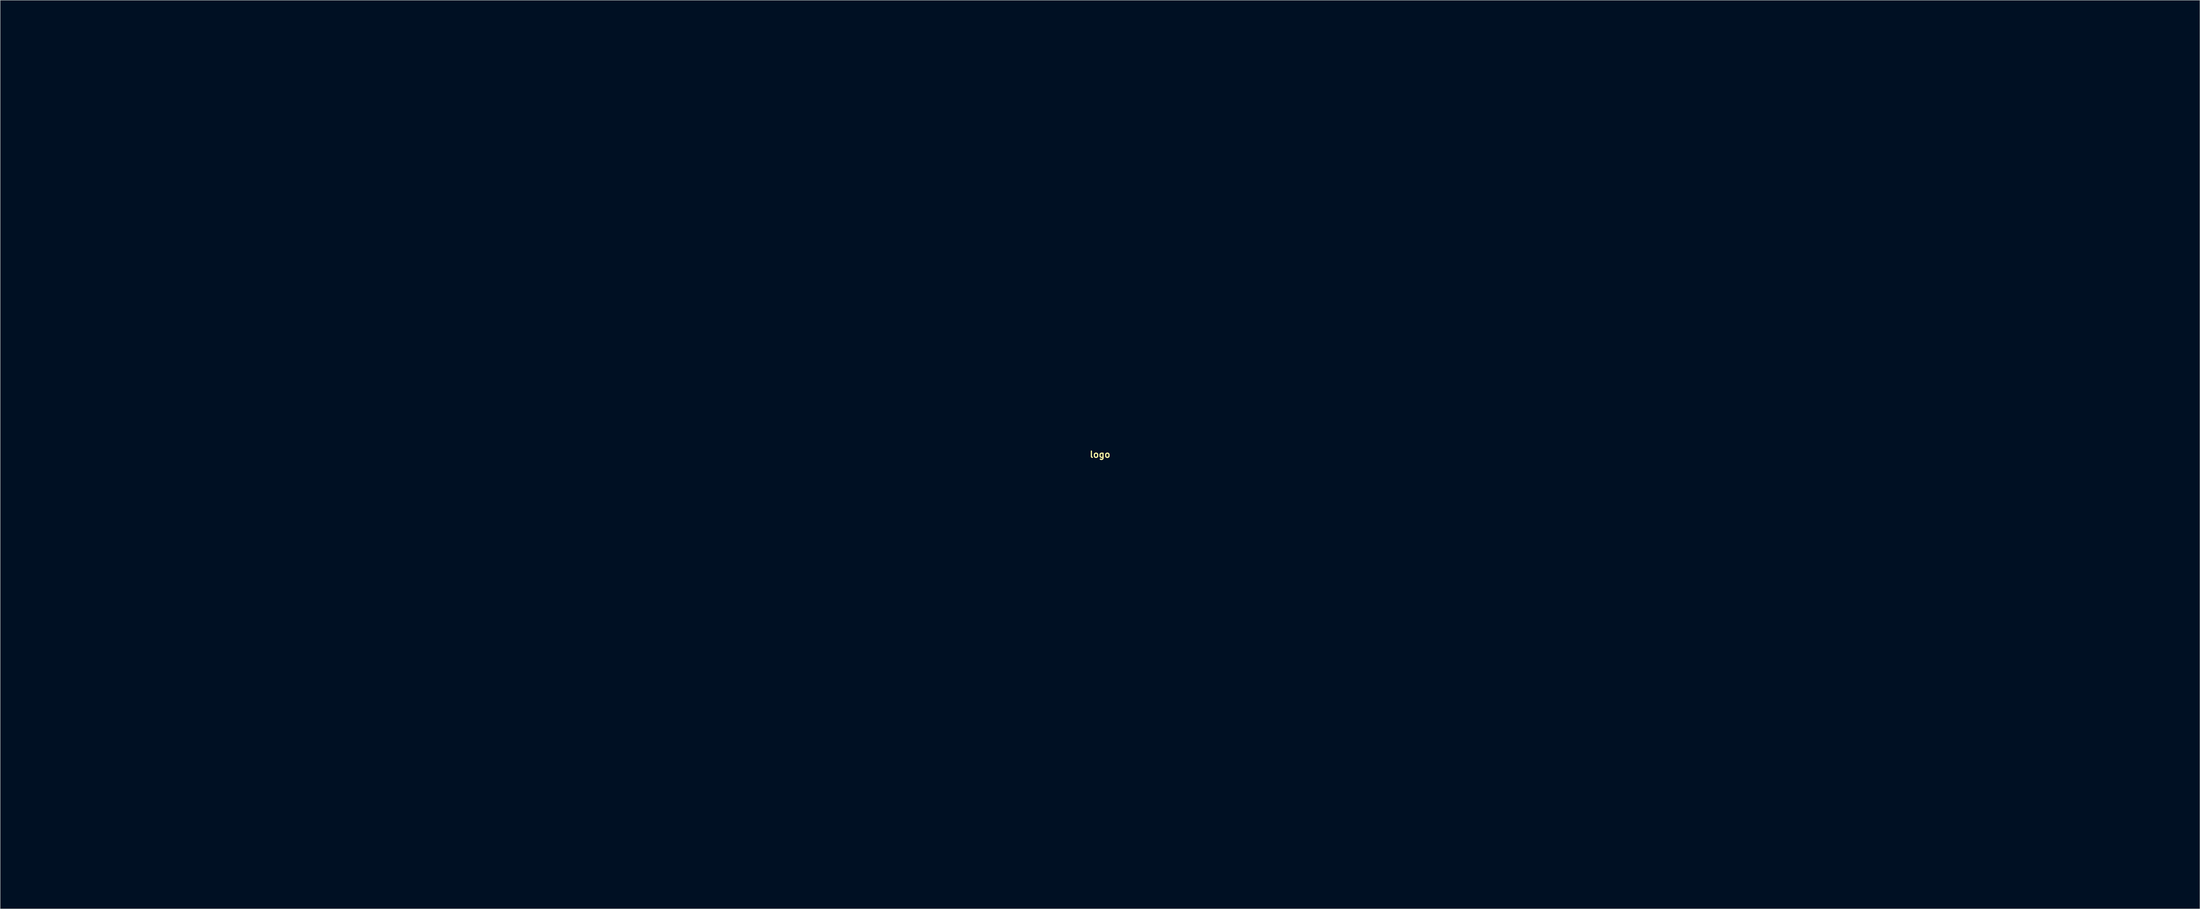
<source format=kicad_pcb>
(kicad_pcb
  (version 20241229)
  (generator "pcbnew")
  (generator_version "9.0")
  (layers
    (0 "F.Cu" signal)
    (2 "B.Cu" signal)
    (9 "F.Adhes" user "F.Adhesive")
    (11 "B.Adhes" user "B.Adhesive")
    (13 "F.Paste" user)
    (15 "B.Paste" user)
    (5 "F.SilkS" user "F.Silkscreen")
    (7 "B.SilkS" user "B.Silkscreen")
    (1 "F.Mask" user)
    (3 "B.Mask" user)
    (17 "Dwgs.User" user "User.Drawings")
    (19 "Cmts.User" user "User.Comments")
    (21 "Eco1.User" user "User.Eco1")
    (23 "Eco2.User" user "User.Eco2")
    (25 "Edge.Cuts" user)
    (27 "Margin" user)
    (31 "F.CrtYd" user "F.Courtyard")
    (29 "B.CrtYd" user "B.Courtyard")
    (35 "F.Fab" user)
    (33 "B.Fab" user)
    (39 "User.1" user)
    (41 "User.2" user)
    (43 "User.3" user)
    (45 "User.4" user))
  (footprint "logo"
    (layer "F.Cu")
    (at 264.588 107.602)
    (property "Reference" "logo" (at 0 0 0) (layer "F.SilkS") (effects (font (size 1.524 1.524) (thickness 0.3))))
    (attr through_hole)
    (fp_poly (pts (xy -54.909 37.119) (xy -54.019 37.262) (xy -53.24 37.566) (xy -52.933 38.141) (xy -53.076 39.1) (xy -53.433 40.064) (xy -54.27 41.226) (xy -55.53 41.987) (xy -57.01 42.28) (xy -58.511 42.036) (xy -58.833 41.899) (xy -59.543 41.28) (xy -59.842 40.689) (xy -59.903 39.31) (xy -59.373 38.224) (xy -58.319 37.471) (xy -56.808 37.089) (xy -54.909 37.119)) (stroke (width 0.01) (type solid)) (fill no) (layer "Eco2.User"))
    (fp_poly (pts (xy 3.685 37.094) (xy 4.766 37.341) (xy 5.471 37.757) (xy 5.644 38.155) (xy 5.353 39.647) (xy 4.577 40.88) (xy 3.459 41.772) (xy 2.145 42.242) (xy 0.778 42.209) (xy -0.482 41.602) (xy -1.259 40.618) (xy -1.426 39.501) (xy -1.005 38.429) (xy -0.019 37.581) (xy 0.025 37.558) (xy 1.131 37.183) (xy 2.412 37.035) (xy 3.685 37.094)) (stroke (width 0.01) (type solid)) (fill no) (layer "Eco2.User"))
    (fp_poly (pts (xy -35.991 30.607) (xy -34.757 31.243) (xy -33.823 32.445) (xy -33.229 34.162) (xy -33.013 36.341) (xy -33.013 36.513) (xy -33.192 38.665) (xy -33.716 40.252) (xy -34.615 41.34) (xy -35.466 41.832) (xy -36.414 42.2) (xy -37.028 42.289) (xy -37.622 42.107) (xy -38.066 41.887) (xy -39.227 40.912) (xy -40.062 39.423) (xy -40.53 37.548) (xy -40.594 35.416) (xy -40.421 34.066) (xy -39.921 32.713) (xy -39.055 31.541) (xy -38 30.761) (xy -37.487 30.589) (xy -35.991 30.607)) (stroke (width 0.01) (type solid)) (fill no) (layer "Eco2.User"))
    (fp_poly (pts (xy -15.885 30.607) (xy -14.655 31.244) (xy -13.727 32.452) (xy -13.134 34.182) (xy -12.916 36.387) (xy -12.915 36.513) (xy -13.082 38.66) (xy -13.598 40.244) (xy -14.495 41.333) (xy -15.358 41.832) (xy -16.305 42.2) (xy -16.919 42.289) (xy -17.513 42.107) (xy -17.958 41.887) (xy -19.119 40.912) (xy -19.953 39.423) (xy -20.422 37.548) (xy -20.485 35.416) (xy -20.312 34.066) (xy -19.812 32.713) (xy -18.946 31.541) (xy -17.892 30.761) (xy -17.378 30.589) (xy -15.885 30.607)) (stroke (width 0.01) (type solid)) (fill no) (layer "Eco2.User"))
    (fp_poly (pts (xy 35.755 30.941) (xy 36.037 31.073) (xy 36.88 31.886) (xy 37.524 33.212) (xy 37.932 34.878) (xy 38.068 36.713) (xy 37.896 38.542) (xy 37.746 39.185) (xy 37.074 40.573) (xy 36.022 41.596) (xy 34.751 42.156) (xy 33.422 42.158) (xy 32.985 42.013) (xy 31.868 41.177) (xy 31.044 39.854) (xy 30.53 38.205) (xy 30.34 36.392) (xy 30.492 34.576) (xy 31.001 32.921) (xy 31.883 31.586) (xy 31.939 31.529) (xy 33.029 30.886) (xy 34.4 30.679) (xy 35.755 30.941)) (stroke (width 0.01) (type solid)) (fill no) (layer "Eco2.User"))
    (fp_poly (pts (xy -110.584 30.758) (xy -109.369 31.485) (xy -108.51 32.632) (xy -108.049 33.792) (xy -107.831 35.159) (xy -107.796 36.513) (xy -107.987 38.687) (xy -108.533 40.301) (xy -109.462 41.418) (xy -110.055 41.798) (xy -111.105 42.239) (xy -111.945 42.253) (xy -112.855 41.887) (xy -113.91 41.172) (xy -114.61 40.223) (xy -115.012 38.905) (xy -115.172 37.082) (xy -115.182 36.336) (xy -115.155 34.73) (xy -115.05 33.641) (xy -114.836 32.883) (xy -114.478 32.271) (xy -114.449 32.232) (xy -113.264 31.121) (xy -111.929 30.633) (xy -110.584 30.758)) (stroke (width 0.01) (type solid)) (fill no) (layer "Eco2.User"))
    (fp_poly (pts (xy 24.989 -8.922) (xy 26.676 -8.881) (xy 27.902 -8.806) (xy 28.132 -8.779) (xy 30.383 -8.227) (xy 32.506 -7.255) (xy 34.287 -5.978) (xy 35.18 -5.012) (xy 36.096 -3.558) (xy 36.684 -1.987) (xy 36.994 -0.108) (xy 37.079 2.169) (xy 36.809 4.965) (xy 36.013 7.292) (xy 34.692 9.148) (xy 32.847 10.533) (xy 31.486 11.138) (xy 30.013 11.458) (xy 28.128 11.578) (xy 26.094 11.503) (xy 24.174 11.235) (xy 23.336 11.029) (xy 21.135 10.023) (xy 19.244 8.428) (xy 17.742 6.322) (xy 17.029 4.763) (xy 16.664 3.715) (xy 16.401 2.729) (xy 16.219 1.645) (xy 16.095 0.3) (xy 16.009 -1.465) (xy 15.954 -3.218) (xy 15.803 -8.728) (xy 21.002 -8.885) (xy 23.034 -8.924) (xy 24.989 -8.922)) (stroke (width 0.01) (type solid)) (fill no) (layer "Eco2.User"))
    (fp_poly (pts (xy 25.452 -28.362) (xy 27.643 -27.753) (xy 29.278 -26.728) (xy 30.373 -25.275) (xy 30.941 -23.381) (xy 31.037 -21.937) (xy 30.79 -19.863) (xy 30.046 -18.222) (xy 28.772 -16.978) (xy 26.93 -16.101) (xy 24.487 -15.555) (xy 24.247 -15.523) (xy 22.683 -15.36) (xy 20.991 -15.25) (xy 19.332 -15.194) (xy 17.866 -15.194) (xy 16.752 -15.254) (xy 16.152 -15.376) (xy 16.11 -15.405) (xy 16.028 -15.822) (xy 15.959 -16.817) (xy 15.907 -18.26) (xy 15.879 -20.023) (xy 15.875 -20.988) (xy 15.88 -23.046) (xy 15.907 -24.518) (xy 15.971 -25.525) (xy 16.087 -26.187) (xy 16.271 -26.623) (xy 16.539 -26.954) (xy 16.669 -27.079) (xy 17.572 -27.764) (xy 18.645 -28.214) (xy 20.046 -28.467) (xy 21.934 -28.563) (xy 22.689 -28.567) (xy 25.452 -28.362)) (stroke (width 0.01) (type solid)) (fill no) (layer "Eco2.User"))
    (fp_poly (pts (xy -189.318 -23.803) (xy -188.832 -22.8) (xy -188.166 -21.196) (xy -187.856 -20.408) (xy -187.062 -18.385) (xy -186.113 -15.992) (xy -185.122 -13.512) (xy -184.2 -11.228) (xy -184.097 -10.974) (xy -183.384 -9.191) (xy -182.778 -7.618) (xy -182.325 -6.38) (xy -182.071 -5.602) (xy -182.033 -5.417) (xy -182.154 -5.255) (xy -182.566 -5.132) (xy -183.349 -5.044) (xy -184.579 -4.986) (xy -186.334 -4.953) (xy -188.691 -4.94) (xy -189.618 -4.939) (xy -192.085 -4.954) (xy -194.151 -4.996) (xy -195.74 -5.063) (xy -196.781 -5.152) (xy -197.198 -5.258) (xy -197.203 -5.271) (xy -197.08 -5.671) (xy -196.736 -6.625) (xy -196.213 -8.029) (xy -195.549 -9.781) (xy -194.785 -11.778) (xy -193.96 -13.917) (xy -193.114 -16.095) (xy -192.287 -18.211) (xy -191.519 -20.16) (xy -190.85 -21.841) (xy -190.319 -23.15) (xy -189.967 -23.986) (xy -189.858 -24.216) (xy -189.651 -24.258) (xy -189.318 -23.803)) (stroke (width 0.01) (type solid)) (fill no) (layer "Eco2.User"))
    (fp_poly (pts (xy -131.994 -28.355) (xy -128.97 -27.563) (xy -126.24 -26.159) (xy -123.838 -24.174) (xy -121.801 -21.637) (xy -120.165 -18.577) (xy -119.004 -15.169) (xy -118.674 -13.362) (xy -118.468 -11.079) (xy -118.385 -8.54) (xy -118.426 -5.965) (xy -118.591 -3.573) (xy -118.88 -1.583) (xy -119.001 -1.058) (xy -120.183 2.379) (xy -121.796 5.386) (xy -123.784 7.926) (xy -126.092 9.959) (xy -128.665 11.448) (xy -131.449 12.353) (xy -134.388 12.637) (xy -137.427 12.261) (xy -137.899 12.142) (xy -140.925 10.974) (xy -143.596 9.204) (xy -145.89 6.85) (xy -147.782 3.933) (xy -147.964 3.581) (xy -148.99 1.275) (xy -149.702 -1.016) (xy -150.138 -3.49) (xy -150.341 -6.343) (xy -150.367 -8.114) (xy -150.171 -12.179) (xy -149.566 -15.724) (xy -148.528 -18.821) (xy -147.033 -21.542) (xy -145.055 -23.96) (xy -144.93 -24.087) (xy -142.48 -26.152) (xy -139.845 -27.556) (xy -136.947 -28.335) (xy -135.274 -28.507) (xy -131.994 -28.355)) (stroke (width 0.01) (type solid)) (fill no) (layer "Eco2.User"))
    (fp_poly (pts (xy 264.583 107.597) (xy -264.583 107.597) (xy -264.583 85.196) (xy 74.789 85.196) (xy 74.887 86.215) (xy 75.129 86.954) (xy 75.212 87.066) (xy 75.851 87.342) (xy 76.879 87.477) (xy 77.992 87.451) (xy 78.817 87.275) (xy 79.16 86.813) (xy 79.35 85.923) (xy 79.379 84.865) (xy 79.237 83.901) (xy 79.1 83.626) (xy 134.777 83.626) (xy 134.793 85.12) (xy 134.87 86.479) (xy 135.008 87.495) (xy 135.126 87.865) (xy 135.365 88.176) (xy 135.772 88.376) (xy 136.488 88.488) (xy 137.65 88.538) (xy 139.113 88.547) (xy 141.068 88.503) (xy 142.417 88.372) (xy 143.115 88.159) (xy 143.157 88.124) (xy 143.382 87.52) (xy 143.525 86.275) (xy 143.58 84.452) (xy 143.581 84.269) (xy 143.557 82.389) (xy 143.528 82.132) (xy 151.366 82.132) (xy 151.376 84.407) (xy 151.419 86.198) (xy 151.503 87.562) (xy 151.64 88.554) (xy 151.839 89.229) (xy 152.112 89.642) (xy 152.466 89.851) (xy 152.914 89.909) (xy 153.465 89.872) (xy 154.129 89.797) (xy 154.693 89.749) (xy 156.074 89.665) (xy 157.827 89.558) (xy 159.618 89.447) (xy 159.985 89.424) (xy 164.711 88.944) (xy 169.875 88.056) (xy 175.539 86.752) (xy 175.556 86.748) (xy 183.286 84.413) (xy 190.741 81.447) (xy 197.888 77.879) (xy 204.694 73.741) (xy 211.125 69.064) (xy 217.15 63.879) (xy 222.733 58.216) (xy 227.844 52.106) (xy 232.448 45.581) (xy 236.512 38.671) (xy 240.004 31.406) (xy 242.856 23.92) (xy 245.142 15.972) (xy 246.741 7.917) (xy 247.649 -0.208) (xy 247.865 -8.366) (xy 247.385 -16.516) (xy 246.208 -24.622) (xy 246.194 -24.694) (xy 245.779 -26.721) (xy 245.286 -28.875) (xy 244.746 -31.047) (xy 244.19 -33.128) (xy 243.648 -35.009) (xy 243.151 -36.582) (xy 242.731 -37.738) (xy 242.417 -38.369) (xy 242.309 -38.453) (xy 242.235 -38.114) (xy 242.167 -37.154) (xy 242.108 -35.658) (xy 242.06 -33.709) (xy 242.026 -31.392) (xy 242.008 -28.791) (xy 242.006 -27.403) (xy 242.001 -24.054) (xy 241.979 -21.325) (xy 241.927 -19.132) (xy 241.834 -17.387) (xy 241.687 -16.007) (xy 241.474 -14.906) (xy 241.183 -13.999) (xy 240.802 -13.2) (xy 240.318 -12.424) (xy 239.761 -11.642) (xy 238.783 -10.5) (xy 237.642 -9.43) (xy 237.146 -9.049) (xy 236.268 -8.461) (xy 235.456 -7.989) (xy 234.621 -7.621) (xy 233.67 -7.342) (xy 232.513 -7.138) (xy 231.058 -6.996) (xy 229.215 -6.9) (xy 226.892 -6.837) (xy 223.998 -6.793) (xy 222.385 -6.775) (xy 212.113 -6.664) (xy 211.872 -2.891) (xy 211.622 -0.132) (xy 211.227 2.77) (xy 210.718 5.675) (xy 210.126 8.442) (xy 209.48 10.931) (xy 208.811 13.001) (xy 208.148 14.511) (xy 208.128 14.547) (xy 207.839 15.24) (xy 207.786 15.535) (xy 207.621 16.089) (xy 207.168 17.127) (xy 206.495 18.523) (xy 205.666 20.151) (xy 204.748 21.882) (xy 203.808 23.591) (xy 202.91 25.152) (xy 202.121 26.437) (xy 202.05 26.546) (xy 198.229 31.76) (xy 193.896 36.505) (xy 189.087 40.753) (xy 183.841 44.478) (xy 178.193 47.652) (xy 172.182 50.247) (xy 167.393 51.817) (xy 165.403 52.302) (xy 162.896 52.784) (xy 160.06 53.235) (xy 157.081 53.623) (xy 154.517 53.886) (xy 151.518 54.151) (xy 151.427 71.852) (xy 151.401 75.91) (xy 151.378 79.318) (xy 151.366 82.132) (xy 143.528 82.132) (xy 143.412 81.106) (xy 143.032 80.31) (xy 142.308 79.893) (xy 141.125 79.749) (xy 139.374 79.77) (xy 138.925 79.785) (xy 137.174 79.874) (xy 136.02 80.013) (xy 135.354 80.219) (xy 135.106 80.433) (xy 134.933 81.074) (xy 134.824 82.208) (xy 134.777 83.626) (xy 79.1 83.626) (xy 78.952 83.326) (xy 78.348 83.056) (xy 77.374 82.911) (xy 77.082 82.903) (xy 76.063 83) (xy 75.323 83.243) (xy 75.212 83.326) (xy 74.943 83.929) (xy 74.797 84.904) (xy 74.789 85.196) (xy -264.583 85.196) (xy -264.583 70.881) (xy 55.737 70.881) (xy 55.78 73.251) (xy 55.939 75.085) (xy 56.285 76.452) (xy 56.89 77.418) (xy 57.825 78.051) (xy 59.163 78.417) (xy 60.975 78.584) (xy 63.331 78.619) (xy 66.305 78.589) (xy 67.109 78.58) (xy 75.127 78.493) (xy 76.104 77.515) (xy 77.082 76.537) (xy 77.082 72.496) (xy 82.197 72.496) (xy 82.226 74.407) (xy 82.387 75.724) (xy 82.788 76.557) (xy 83.539 77.016) (xy 84.75 77.213) (xy 86.531 77.258) (xy 86.912 77.258) (xy 88.87 77.218) (xy 90.215 77.09) (xy 91.033 76.864) (xy 91.214 76.758) (xy 91.525 76.452) (xy 91.726 75.986) (xy 91.84 75.218) (xy 91.889 74.004) (xy 91.899 72.58) (xy 91.885 70.649) (xy 91.77 69.315) (xy 91.446 68.466) (xy 90.805 67.993) (xy 89.738 67.785) (xy 88.136 67.735) (xy 87.113 67.733) (xy 85.166 67.759) (xy 83.816 67.906) (xy 82.953 68.28) (xy 82.469 68.987) (xy 82.253 70.132) (xy 82.199 71.822) (xy 82.197 72.496) (xy 77.082 72.496) (xy 77.082 59.87) (xy 101.996 59.87) (xy 102.01 62.574) (xy 102.02 63.676) (xy 102.054 66.768) (xy 102.09 69.233) (xy 102.133 71.152) (xy 102.19 72.605) (xy 102.264 73.672) (xy 102.361 74.431) (xy 102.487 74.963) (xy 102.646 75.348) (xy 102.797 75.598) (xy 103.16 76.111) (xy 103.532 76.527) (xy 103.988 76.857) (xy 104.601 77.109) (xy 105.444 77.296) (xy 106.593 77.427) (xy 108.121 77.512) (xy 110.103 77.561) (xy 112.611 77.586) (xy 115.72 77.595) (xy 117.198 77.597) (xy 129.092 77.611) (xy 130.331 76.524) (xy 131.218 75.517) (xy 131.845 74.392) (xy 131.928 74.143) (xy 132.032 73.403) (xy 132.118 72.073) (xy 132.186 70.265) (xy 132.236 68.094) (xy 132.268 65.674) (xy 132.28 63.425) (xy 138.342 63.425) (xy 138.533 64.422) (xy 139.051 64.976) (xy 140.014 65.214) (xy 141.516 65.264) (xy 142.809 65.245) (xy 143.575 65.15) (xy 143.992 64.922) (xy 144.239 64.501) (xy 144.295 64.359) (xy 144.56 63.204) (xy 144.623 61.869) (xy 144.492 60.645) (xy 144.19 59.846) (xy 143.83 59.525) (xy 143.23 59.355) (xy 142.222 59.309) (xy 141.103 59.338) (xy 138.465 59.443) (xy 138.36 61.856) (xy 138.342 63.425) (xy 132.28 63.425) (xy 132.281 63.119) (xy 132.277 60.543) (xy 132.254 58.06) (xy 132.213 55.783) (xy 132.154 53.827) (xy 132.076 52.305) (xy 131.98 51.333) (xy 131.939 51.133) (xy 131.161 49.59) (xy 129.847 48.397) (xy 128.125 47.67) (xy 128.058 47.654) (xy 127.166 47.536) (xy 125.698 47.441) (xy 123.773 47.368) (xy 121.514 47.317) (xy 119.04 47.29) (xy 116.472 47.284) (xy 113.93 47.301) (xy 111.536 47.34) (xy 109.41 47.401) (xy 107.673 47.485) (xy 106.444 47.59) (xy 105.989 47.667) (xy 104.44 48.366) (xy 103.15 49.523) (xy 102.304 50.951) (xy 102.126 51.586) (xy 102.075 52.221) (xy 102.037 53.463) (xy 102.01 55.217) (xy 101.996 57.385) (xy 101.996 59.87) (xy 77.082 59.87) (xy 77.082 59.206) (xy 76.127 58.384) (xy 75.17 57.808) (xy 73.807 57.443) (xy 72.872 57.316) (xy 71.484 57.217) (xy 69.708 57.166) (xy 67.678 57.157) (xy 65.528 57.186) (xy 63.392 57.25) (xy 61.403 57.344) (xy 59.696 57.463) (xy 58.403 57.605) (xy 57.658 57.764) (xy 57.595 57.793) (xy 57.023 58.167) (xy 56.582 58.639) (xy 56.253 59.3) (xy 56.022 60.237) (xy 55.871 61.541) (xy 55.785 63.3) (xy 55.746 65.603) (xy 55.739 67.91) (xy 55.737 70.881) (xy -264.583 70.881) (xy -264.583 31.651) (xy -120.255 31.651) (xy -120.226 34.246) (xy -120.147 36.316) (xy -120.023 37.79) (xy -119.945 38.274) (xy -119.143 40.63) (xy -117.859 42.58) (xy -116.188 44.075) (xy -114.228 45.066) (xy -112.074 45.506) (xy -109.824 45.344) (xy -107.575 44.533) (xy -107.556 44.523) (xy -105.657 43.172) (xy -104.261 41.439) (xy -103.366 39.436) (xy -102.968 37.272) (xy -103.066 35.059) (xy -103.656 32.907) (xy -104.735 30.926) (xy -106.302 29.227) (xy -107.956 28.118) (xy -108.295 27.958) (xy -100.894 27.958) (xy -100.763 28.397) (xy -100.395 29.389) (xy -99.828 30.836) (xy -99.1 32.641) (xy -98.251 34.706) (xy -97.723 35.974) (xy -94.552 43.549) (xy -96.133 47.389) (xy -96.737 48.918) (xy -97.2 50.214) (xy -97.475 51.137) (xy -97.52 51.543) (xy -96.976 51.817) (xy -96.004 51.805) (xy -94.815 51.521) (xy -94.38 51.357) (xy -93.92 51.042) (xy -79.375 51.042) (xy -79.134 51.926) (xy -79.068 52.074) (xy -78.271 53.028) (xy -77.007 53.609) (xy -75.422 53.8) (xy -73.661 53.581) (xy -72.014 53.003) (xy -70.356 51.891) (xy -69.32 50.739) (xy 77.634 50.739) (xy 77.642 52.498) (xy 77.712 53.775) (xy 77.858 54.684) (xy 78.094 55.335) (xy 78.436 55.84) (xy 78.678 56.101) (xy 78.988 56.358) (xy 79.396 56.543) (xy 80.014 56.667) (xy 80.954 56.743) (xy 82.326 56.782) (xy 84.242 56.796) (xy 85.325 56.797) (xy 87.528 56.791) (xy 89.141 56.765) (xy 90.281 56.705) (xy 91.062 56.601) (xy 91.602 56.439) (xy 92.014 56.208) (xy 92.204 56.066) (xy 93.133 55.335) (xy 93.133 49.226) (xy 93.14 46.692) (xy 93.106 44.776) (xy 92.946 43.392) (xy 92.578 42.455) (xy 91.918 41.877) (xy 90.882 41.574) (xy 89.387 41.459) (xy 87.35 41.446) (xy 85.59 41.451) (xy 83.059 41.449) (xy 81.146 41.494) (xy 79.761 41.662) (xy 78.818 42.031) (xy 78.228 42.677) (xy 77.904 43.679) (xy 77.757 45.113) (xy 77.699 47.055) (xy 77.673 48.388) (xy 77.634 50.739) (xy -69.32 50.739) (xy -68.951 50.328) (xy -68.013 48.559) (xy -67.954 48.381) (xy -67.78 47.629) (xy -67.639 46.54) (xy -67.527 45.041) (xy -67.44 43.059) (xy -67.373 40.52) (xy -67.36 39.714) (xy -63.853 39.714) (xy -63.56 41.646) (xy -62.669 43.219) (xy -61.158 44.468) (xy -60.675 44.736) (xy -58.73 45.376) (xy -56.548 45.504) (xy -54.361 45.133) (xy -52.403 44.277) (xy -52.391 44.269) (xy -50.797 42.955) (xy -49.603 41.275) (xy -49.068 40.263) (xy -48.742 39.396) (xy -48.574 38.434) (xy -48.513 37.142) (xy -48.507 36.16) (xy -48.623 33.907) (xy -49.014 32.143) (xy -49.749 30.684) (xy -50.893 29.345) (xy -51.032 29.211) (xy -51.186 29.106) (xy -45.553 29.106) (xy -45.541 31.469) (xy -45.486 33.747) (xy -45.385 35.811) (xy -45.241 37.529) (xy -45.051 38.769) (xy -44.983 39.037) (xy -43.981 41.328) (xy -42.526 43.166) (xy -40.715 44.508) (xy -38.646 45.308) (xy -36.417 45.523) (xy -34.124 45.106) (xy -32.87 44.591) (xy -30.96 43.261) (xy -29.513 41.451) (xy -28.583 39.256) (xy -28.226 36.773) (xy -28.224 36.548) (xy -28.527 33.892) (xy -29.424 31.612) (xy -30.909 29.718) (xy -32.977 28.221) (xy -33.168 28.118) (xy -34.418 27.526) (xy -35.455 27.254) (xy -36.648 27.223) (xy -37.218 27.258) (xy -38.464 27.384) (xy -39.486 27.55) (xy -39.942 27.675) (xy -40.188 27.726) (xy -40.362 27.561) (xy -40.48 27.078) (xy -40.557 26.174) (xy -40.611 24.746) (xy -40.647 23.229) (xy -40.746 18.521) (xy -41.628 18.612) (xy -43.339 19.055) (xy -44.538 19.972) (xy -44.954 20.635) (xy -45.161 21.446) (xy -45.324 22.83) (xy -45.444 24.656) (xy -45.521 26.791) (xy -45.553 29.106) (xy -51.186 29.106) (xy -52.775 28.018) (xy -54.837 27.346) (xy -57.058 27.195) (xy -59.278 27.568) (xy -61.34 28.466) (xy -62.265 29.116) (xy -62.935 29.75) (xy -63.092 30.229) (xy -62.935 30.599) (xy -62.354 31.134) (xy -61.428 31.324) (xy -60.053 31.179) (xy -58.789 30.887) (xy -56.768 30.568) (xy -55.185 30.795) (xy -54.023 31.578) (xy -53.263 32.924) (xy -53.091 33.522) (xy -52.881 34.411) (xy -55.566 34.276) (xy -58.314 34.34) (xy -60.518 34.833) (xy -62.173 35.75) (xy -63.269 37.087) (xy -63.8 38.839) (xy -63.853 39.714) (xy -67.36 39.714) (xy -67.322 37.351) (xy -67.321 37.218) (xy -67.204 27.693) (xy -68.086 27.798) (xy -69.791 28.236) (xy -71.015 29.056) (xy -71.454 29.666) (xy -71.628 30.148) (xy -71.76 30.893) (xy -71.855 31.987) (xy -71.918 33.514) (xy -71.953 35.56) (xy -71.966 38.209) (xy -71.967 38.799) (xy -71.978 41.743) (xy -72.023 44.068) (xy -72.115 45.861) (xy -72.271 47.21) (xy -72.505 48.201) (xy -72.831 48.921) (xy -73.266 49.457) (xy -73.823 49.895) (xy -73.889 49.939) (xy -74.652 50.294) (xy -75.632 50.416) (xy -76.94 50.35) (xy -78.342 50.305) (xy -79.132 50.519) (xy -79.375 51.042) (xy -93.92 51.042) (xy -93.269 50.596) (xy -92.585 49.705) (xy -92.236 48.967) (xy -91.687 47.726) (xy -90.976 46.077) (xy -90.143 44.115) (xy -89.226 41.935) (xy -88.266 39.631) (xy -87.301 37.299) (xy -86.371 35.034) (xy -85.515 32.929) (xy -84.771 31.08) (xy -84.18 29.582) (xy -83.78 28.53) (xy -83.611 28.018) (xy -83.608 27.994) (xy -83.909 27.649) (xy -84.665 27.503) (xy -85.66 27.545) (xy -86.674 27.765) (xy -87.492 28.151) (xy -87.547 28.192) (xy -88.071 28.841) (xy -88.77 30.061) (xy -89.594 31.76) (xy -90.271 33.308) (xy -90.957 34.924) (xy -91.546 36.277) (xy -91.986 37.248) (xy -92.223 37.721) (xy -92.246 37.747) (xy -92.415 37.441) (xy -92.801 36.601) (xy -93.351 35.346) (xy -94.013 33.794) (xy -94.214 33.318) (xy -95.12 31.27) (xy -95.928 29.665) (xy -96.594 28.589) (xy -96.943 28.203) (xy -97.719 27.81) (xy -98.72 27.57) (xy -99.728 27.498) (xy -100.524 27.606) (xy -100.89 27.909) (xy -100.894 27.958) (xy -108.295 27.958) (xy -109.207 27.526) (xy -110.244 27.254) (xy -111.437 27.223) (xy -112.007 27.258) (xy -113.255 27.385) (xy -114.281 27.552) (xy -114.741 27.679) (xy -114.993 27.737) (xy -115.165 27.587) (xy -115.273 27.124) (xy -115.331 26.245) (xy -115.355 24.845) (xy -115.358 23.342) (xy -115.38 21.612) (xy -115.412 20.814) (xy -72.319 20.814) (xy -72.036 22.031) (xy -71.3 22.852) (xy -70.284 23.211) (xy -69.161 23.038) (xy -68.246 22.417) (xy -67.534 21.312) (xy -67.461 20.156) (xy -68.034 19.103) (xy -68.086 19.05) (xy -69.119 18.438) (xy -70.249 18.391) (xy -71.286 18.83) (xy -72.039 19.678) (xy -72.319 20.814) (xy -115.412 20.814) (xy -115.439 20.15) (xy -115.527 19.093) (xy -115.635 18.579) (xy -115.656 18.555) (xy -116.31 18.494) (xy -117.281 18.757) (xy -118.318 19.247) (xy -119.173 19.866) (xy -119.265 19.959) (xy -119.545 20.276) (xy -119.757 20.616) (xy -119.913 21.079) (xy -120.025 21.76) (xy -120.101 22.758) (xy -120.154 24.17) (xy -120.195 26.093) (xy -120.234 28.604) (xy -120.255 31.651) (xy -264.583 31.651) (xy -264.583 -33.782) (xy -259.102 -33.782) (xy -259.049 -33.495) (xy -258.896 -33.026) (xy -258.62 -32.327) (xy -258.202 -31.352) (xy -257.62 -30.056) (xy -256.853 -28.391) (xy -255.88 -26.312) (xy -254.68 -23.771) (xy -253.232 -20.724) (xy -251.515 -17.123) (xy -249.992 -13.935) (xy -243.079 0.529) (xy -243.069 6.174) (xy -243.043 8.209) (xy -242.978 10.094) (xy -242.882 11.672) (xy -242.764 12.785) (xy -242.696 13.13) (xy -241.828 14.997) (xy -240.411 16.504) (xy -238.533 17.593) (xy -236.283 18.203) (xy -234.919 18.314) (xy -233.301 18.344) (xy -233.302 18.126) (xy -215.426 18.126) (xy -215.419 18.17) (xy -214.961 18.477) (xy -213.995 18.656) (xy -212.709 18.704) (xy -211.289 18.618) (xy -209.921 18.395) (xy -209.423 18.265) (xy -208.374 17.863) (xy -207.461 17.284) (xy -206.625 16.442) (xy -205.807 15.253) (xy -204.947 13.633) (xy -203.987 11.497) (xy -203.03 9.172) (xy -200.554 2.999) (xy -189.594 2.905) (xy -178.634 2.812) (xy -176.429 8.374) (xy -175.374 10.992) (xy -174.504 13.033) (xy -173.769 14.582) (xy -173.118 15.728) (xy -172.5 16.556) (xy -171.865 17.154) (xy -171.162 17.609) (xy -170.994 17.698) (xy -169.937 18.084) (xy -168.539 18.389) (xy -167.008 18.592) (xy -165.554 18.673) (xy -164.386 18.61) (xy -163.757 18.417) (xy -163.713 18.155) (xy -163.841 17.523) (xy -164.15 16.494) (xy -164.653 15.038) (xy -165.359 13.13) (xy -166.279 10.741) (xy -167.424 7.843) (xy -168.805 4.408) (xy -170.432 0.409) (xy -172.316 -4.181) (xy -173.94 -8.114) (xy -160.583 -8.114) (xy -160.304 -3.477) (xy -159.46 0.754) (xy -158.038 4.61) (xy -156.028 8.121) (xy -153.417 11.318) (xy -153.086 11.658) (xy -149.974 14.316) (xy -146.482 16.412) (xy -142.678 17.928) (xy -138.633 18.847) (xy -134.415 19.15) (xy -130.093 18.819) (xy -127.529 18.32) (xy -123.577 17.023) (xy -119.937 15.117) (xy -116.672 12.655) (xy -113.844 9.689) (xy -111.517 6.27) (xy -110.456 4.179) (xy -109.237 0.753) (xy -102.264 0.753) (xy -102.252 4.429) (xy -102.224 7.445) (xy -102.179 9.813) (xy -102.118 11.549) (xy -102.039 12.668) (xy -101.965 13.125) (xy -101.062 15.005) (xy -99.617 16.525) (xy -97.724 17.618) (xy -95.483 18.219) (xy -94.28 18.314) (xy -92.781 18.344) (xy -92.781 -6.36) (xy -82.109 -6.267) (xy -71.438 -6.174) (xy -71.261 3.528) (xy -71.201 6.497) (xy -71.139 8.844) (xy -71.067 10.652) (xy -70.98 12.002) (xy -70.873 12.979) (xy -70.739 13.665) (xy -70.573 14.144) (xy -70.501 14.287) (xy -69.141 16.046) (xy -67.291 17.321) (xy -64.998 18.084) (xy -63.796 18.256) (xy -61.736 18.442) (xy -61.736 -11.095) (xy -54.322 -11.095) (xy -54.321 -7.655) (xy -54.309 -4.22) (xy -54.288 -0.87) (xy -54.255 2.319) (xy -54.213 5.268) (xy -54.161 7.899) (xy -54.099 10.133) (xy -54.027 11.894) (xy -53.945 13.102) (xy -53.858 13.671) (xy -52.856 15.433) (xy -51.305 16.817) (xy -49.276 17.774) (xy -46.875 18.254) (xy -44.803 18.442) (xy -44.786 7.722) (xy -44.769 -2.999) (xy -42.829 -4.552) (xy -41.671 -5.395) (xy -40.877 -5.793) (xy -40.554 -5.77) (xy -40.279 -5.405) (xy -39.659 -4.53) (xy -38.743 -3.216) (xy -37.582 -1.535) (xy -36.225 0.439) (xy -34.723 2.634) (xy -33.874 3.88) (xy -31.68 7.084) (xy -29.826 9.746) (xy -28.272 11.92) (xy -26.977 13.657) (xy -25.898 15.009) (xy -24.996 16.029) (xy -24.228 16.768) (xy -23.554 17.279) (xy -23.064 17.554) (xy -22.208 18.057) (xy -21.886 18.458) (xy -22.143 18.678) (xy -22.396 18.697) (xy -22.967 18.919) (xy -23.773 19.474) (xy -24.072 19.726) (xy -25.224 20.755) (xy -25.336 28.902) (xy -25.362 31.989) (xy -25.338 34.472) (xy -25.249 36.45) (xy -25.078 38.024) (xy -24.811 39.294) (xy -24.433 40.36) (xy -23.928 41.321) (xy -23.325 42.22) (xy -21.773 43.794) (xy -19.843 44.869) (xy -17.682 45.417) (xy -15.436 45.412) (xy -13.251 44.827) (xy -12.133 44.252) (xy -10.978 43.401) (xy -10.078 42.358) (xy -9.265 40.967) (xy -8.77 39.648) (xy -5.292 39.648) (xy -5.011 41.6) (xy -4.149 43.175) (xy -2.672 44.423) (xy -2.114 44.736) (xy -0.169 45.376) (xy 2.014 45.504) (xy 4.2 45.133) (xy 6.158 44.277) (xy 6.171 44.269) (xy 7.764 42.955) (xy 8.958 41.275) (xy 9.493 40.264) (xy 9.819 39.398) (xy 9.986 38.439) (xy 10.046 37.151) (xy 10.052 36.16) (xy 9.934 33.903) (xy 9.541 32.136) (xy 8.805 30.675) (xy 7.66 29.337) (xy 7.529 29.211) (xy 6.804 28.711) (xy 13.088 28.711) (xy 13.104 31.516) (xy 13.117 32.291) (xy 13.168 34.738) (xy 13.227 36.598) (xy 13.307 37.987) (xy 13.419 39.023) (xy 13.577 39.825) (xy 13.793 40.509) (xy 14.06 41.152) (xy 15.245 43.167) (xy 16.727 44.549) (xy 18.532 45.319) (xy 20.224 45.506) (xy 21.409 45.423) (xy 22.247 45.082) (xy 22.984 44.451) (xy 23.775 43.465) (xy 23.916 42.747) (xy 23.406 42.302) (xy 22.249 42.135) (xy 22.22 42.135) (xy 20.749 41.991) (xy 19.647 41.554) (xy 18.866 40.747) (xy 18.361 39.49) (xy 18.085 37.705) (xy 17.993 35.315) (xy 17.992 35.189) (xy 25.799 35.189) (xy 25.81 37.41) (xy 26.282 39.579) (xy 27.209 41.584) (xy 28.588 43.309) (xy 30.415 44.642) (xy 31.044 44.947) (xy 32.45 45.324) (xy 34.189 45.474) (xy 35.94 45.393) (xy 37.385 45.076) (xy 37.52 45.023) (xy 39.507 43.826) (xy 41.077 42.117) (xy 42.172 39.992) (xy 42.734 37.545) (xy 42.799 36.289) (xy 42.486 33.854) (xy 41.63 31.706) (xy 40.321 29.904) (xy 38.651 28.509) (xy 36.709 27.581) (xy 34.587 27.181) (xy 32.375 27.369) (xy 30.437 28.063) (xy 28.567 29.354) (xy 27.173 31.047) (xy 26.252 33.03) (xy 25.799 35.189) (xy 17.992 35.189) (xy 17.992 34.982) (xy 17.992 31.136) (xy 19.656 30.949) (xy 21.143 30.526) (xy 22.254 29.705) (xy 22.858 28.6) (xy 22.931 28.026) (xy 22.892 27.576) (xy 22.673 27.318) (xy 22.121 27.199) (xy 21.082 27.165) (xy 20.461 27.164) (xy 17.992 27.164) (xy 17.992 21.167) (xy 16.805 21.167) (xy 15.381 21.496) (xy 14.208 22.406) (xy 13.43 23.779) (xy 13.381 23.932) (xy 13.228 24.877) (xy 13.13 26.484) (xy 13.088 28.711) (xy 6.804 28.711) (xy 5.749 27.982) (xy 3.682 27.301) (xy 1.485 27.168) (xy -0.683 27.584) (xy -2.665 28.55) (xy -3.448 29.159) (xy -4.21 29.866) (xy -4.502 30.287) (xy -4.389 30.598) (xy -4.078 30.864) (xy -3.415 31.248) (xy -2.635 31.365) (xy -1.551 31.214) (xy -0.17 30.851) (xy 1.711 30.508) (xy 3.197 30.712) (xy 4.363 31.482) (xy 4.851 32.089) (xy 5.483 33.119) (xy 5.672 33.786) (xy 5.355 34.157) (xy 4.469 34.299) (xy 2.951 34.279) (xy 2.797 34.272) (xy 0.333 34.324) (xy -1.63 34.755) (xy -3.207 35.603) (xy -4.217 36.548) (xy -4.886 37.434) (xy -5.204 38.308) (xy -5.291 39.51) (xy -5.292 39.648) (xy -8.77 39.648) (xy -8.344 38.51) (xy -8.075 36.055) (xy -8.427 33.698) (xy -9.373 31.536) (xy -10.884 29.667) (xy -12.931 28.187) (xy -13.059 28.118) (xy -14.31 27.526) (xy -15.346 27.254) (xy -16.539 27.223) (xy -17.11 27.258) (xy -18.361 27.386) (xy -19.391 27.555) (xy -19.854 27.683) (xy -20.107 27.747) (xy -20.277 27.615) (xy -20.377 27.182) (xy -20.419 26.346) (xy -20.416 25.003) (xy -20.383 23.242) (xy -20.285 18.532) (xy -19.752 18.445) (xy -10.616 18.445) (xy -8.546 18.258) (xy -7.102 18.018) (xy -5.692 17.613) (xy -5.046 17.341) (xy -3.329 16.141) (xy -2.064 14.586) (xy -1.452 13.125) (xy -1.393 12.552) (xy -1.332 11.337) (xy -1.271 9.541) (xy -1.211 7.228) (xy -1.154 4.46) (xy -1.1 1.299) (xy -1.052 -2.191) (xy -1.009 -5.948) (xy -0.997 -7.316) (xy 6.392 -7.316) (xy 6.422 -4.645) (xy 6.491 -2.422) (xy 6.605 -0.558) (xy 6.769 1.031) (xy 6.992 2.432) (xy 7.278 3.732) (xy 7.635 5.015) (xy 7.969 6.065) (xy 9.433 9.518) (xy 11.377 12.455) (xy 13.802 14.877) (xy 16.71 16.784) (xy 20.101 18.177) (xy 23.825 19.034) (xy 26.16 19.237) (xy 28.788 19.204) (xy 31.412 18.956) (xy 33.732 18.51) (xy 34.269 18.358) (xy 34.713 18.172) (xy 62.141 18.172) (xy 62.143 21.649) (xy 62.168 24.478) (xy 62.219 26.686) (xy 62.294 28.303) (xy 62.394 29.355) (xy 62.463 29.716) (xy 63.197 31.282) (xy 64.257 32.544) (xy 65.646 33.867) (xy 81.22 33.867) (xy 84.939 33.866) (xy 88.017 33.862) (xy 90.522 33.852) (xy 92.519 33.833) (xy 94.074 33.801) (xy 95.252 33.753) (xy 96.12 33.687) (xy 96.743 33.599) (xy 97.188 33.486) (xy 97.52 33.345) (xy 97.804 33.173) (xy 97.943 33.079) (xy 98.861 32.253) (xy 99.721 31.172) (xy 99.906 30.874) (xy 100.108 30.509) (xy 100.274 30.142) (xy 100.407 29.704) (xy 100.482 29.281) (xy 113.947 29.281) (xy 113.947 31.897) (xy 114.006 33.504) (xy 114.186 34.433) (xy 114.388 34.691) (xy 115.213 34.85) (xy 116.397 34.892) (xy 117.635 34.828) (xy 118.621 34.666) (xy 118.909 34.56) (xy 119.327 34.183) (xy 119.53 33.516) (xy 132.288 33.516) (xy 132.318 35.157) (xy 132.396 36.621) (xy 132.519 37.74) (xy 132.688 38.347) (xy 132.715 38.382) (xy 133.258 38.583) (xy 134.438 38.719) (xy 136.277 38.791) (xy 137.95 38.806) (xy 142.762 38.806) (xy 143.171 37.907) (xy 143.346 37.17) (xy 143.483 35.914) (xy 143.565 34.325) (xy 143.581 33.223) (xy 143.57 31.25) (xy 143.473 29.833) (xy 143.189 28.88) (xy 142.617 28.3) (xy 141.658 27.999) (xy 140.212 27.886) (xy 138.177 27.869) (xy 137.752 27.869) (xy 135.828 27.878) (xy 134.49 27.913) (xy 133.619 27.99) (xy 133.095 28.127) (xy 132.799 28.339) (xy 132.657 28.552) (xy 132.489 29.217) (xy 132.372 30.379) (xy 132.306 31.868) (xy 132.288 33.516) (xy 119.53 33.516) (xy 119.535 33.501) (xy 119.592 32.319) (xy 119.592 32.296) (xy 119.563 30.843) (xy 119.383 29.953) (xy 118.915 29.487) (xy 118.018 29.309) (xy 116.555 29.281) (xy 113.947 29.281) (xy 100.482 29.281) (xy 100.51 29.122) (xy 100.588 28.326) (xy 100.643 27.245) (xy 100.68 25.809) (xy 100.702 23.945) (xy 100.713 21.584) (xy 100.718 18.655) (xy 100.718 15.346) (xy 100.712 12.217) (xy 100.693 9.276) (xy 100.677 7.792) (xy 111.833 7.792) (xy 111.848 10.051) (xy 111.897 12.157) (xy 111.98 13.966) (xy 112.098 15.336) (xy 112.218 16.021) (xy 112.483 16.884) (xy 112.799 17.564) (xy 113.246 18.083) (xy 113.906 18.463) (xy 114.861 18.725) (xy 116.192 18.892) (xy 117.979 18.985) (xy 120.306 19.027) (xy 123.253 19.039) (xy 123.419 19.039) (xy 132.009 19.05) (xy 134.408 16.651) (xy 134.408 7.989) (xy 134.392 4.961) (xy 134.344 2.451) (xy 134.266 0.505) (xy 134.16 -0.829) (xy 134.029 -1.506) (xy 134.025 -1.513) (xy 133.71 -2.108) (xy 133.314 -2.573) (xy 132.753 -2.924) (xy 131.942 -3.178) (xy 130.798 -3.349) (xy 129.235 -3.453) (xy 127.17 -3.507) (xy 124.519 -3.525) (xy 123.241 -3.526) (xy 120.288 -3.517) (xy 117.957 -3.477) (xy 116.168 -3.386) (xy 114.838 -3.223) (xy 113.885 -2.968) (xy 113.227 -2.601) (xy 112.781 -2.101) (xy 112.467 -1.448) (xy 112.254 -0.801) (xy 112.104 0.08) (xy 111.987 1.523) (xy 111.902 3.385) (xy 111.851 5.522) (xy 111.833 7.792) (xy 100.677 7.792) (xy 100.664 6.606) (xy 100.626 4.288) (xy 100.581 2.405) (xy 100.529 1.04) (xy 100.472 0.274) (xy 100.455 0.176) (xy 100.394 -0.191) (xy 100.441 -0.563) (xy 100.654 -1.014) (xy 101.092 -1.616) (xy 101.812 -2.441) (xy 102.872 -3.563) (xy 104.33 -5.055) (xy 105.747 -6.488) (xy 111.301 -12.095) (xy 126.795 -12.072) (xy 142.289 -12.048) (xy 147.571 -6.766) (xy 152.853 -1.484) (xy 152.78 13.334) (xy 152.767 17.535) (xy 152.775 21.062) (xy 152.803 23.949) (xy 152.853 26.229) (xy 152.924 27.933) (xy 153.019 29.094) (xy 153.119 29.687) (xy 153.889 31.327) (xy 154.921 32.544) (xy 156.31 33.867) (xy 171.906 33.864) (xy 175.759 33.865) (xy 178.972 33.861) (xy 181.61 33.844) (xy 183.737 33.803) (xy 185.42 33.73) (xy 186.722 33.616) (xy 187.71 33.449) (xy 188.448 33.222) (xy 189.001 32.925) (xy 189.435 32.549) (xy 189.814 32.083) (xy 190.204 31.519) (xy 190.434 31.181) (xy 191.382 29.81) (xy 191.493 16.352) (xy 191.511 12.834) (xy 191.509 9.635) (xy 191.485 6.825) (xy 191.442 4.473) (xy 191.381 2.647) (xy 191.302 1.417) (xy 191.25 1.006) (xy 190.896 -0.882) (xy 202.033 -12.06) (xy 216.816 -12.115) (xy 220.434 -12.13) (xy 223.417 -12.146) (xy 225.834 -12.167) (xy 227.755 -12.197) (xy 229.25 -12.24) (xy 230.388 -12.298) (xy 231.24 -12.376) (xy 231.875 -12.477) (xy 232.364 -12.605) (xy 232.776 -12.764) (xy 233.18 -12.956) (xy 233.186 -12.959) (xy 234.356 -13.726) (xy 235.388 -14.704) (xy 235.656 -15.05) (xy 236.537 -16.352) (xy 236.537 -46.795) (xy 235.662 -48.073) (xy 234.763 -49.094) (xy 233.675 -49.967) (xy 233.477 -50.087) (xy 233.141 -50.265) (xy 232.781 -50.411) (xy 232.329 -50.528) (xy 231.717 -50.618) (xy 230.878 -50.684) (xy 229.744 -50.729) (xy 228.246 -50.755) (xy 226.318 -50.765) (xy 223.891 -50.761) (xy 220.898 -50.747) (xy 217.27 -50.724) (xy 217.067 -50.723) (xy 201.965 -50.624) (xy 200.811 -49.8) (xy 199.882 -48.924) (xy 199.073 -47.819) (xy 198.959 -47.609) (xy 198.79 -47.249) (xy 198.651 -46.846) (xy 198.539 -46.332) (xy 198.45 -45.64) (xy 198.383 -44.701) (xy 198.334 -43.449) (xy 198.3 -41.816) (xy 198.278 -39.734) (xy 198.267 -37.135) (xy 198.262 -33.952) (xy 198.261 -30.966) (xy 198.261 -15.69) (xy 187.087 -4.533) (xy 172.143 -4.543) (xy 157.199 -4.552) (xy 145.992 -15.759) (xy 146.035 -30.978) (xy 146.041 -34.208) (xy 165.1 -34.208) (xy 165.1 -26.066) (xy 165.11 -23.192) (xy 165.151 -20.938) (xy 165.238 -19.218) (xy 165.387 -17.945) (xy 165.613 -17.035) (xy 165.933 -16.402) (xy 166.361 -15.96) (xy 166.913 -15.622) (xy 167.012 -15.573) (xy 167.632 -15.446) (xy 168.829 -15.344) (xy 170.474 -15.267) (xy 172.438 -15.217) (xy 174.592 -15.192) (xy 176.808 -15.192) (xy 178.957 -15.218) (xy 180.91 -15.27) (xy 182.54 -15.348) (xy 183.716 -15.451) (xy 184.293 -15.571) (xy 184.894 -15.908) (xy 185.363 -16.361) (xy 185.713 -17.013) (xy 185.96 -17.948) (xy 186.117 -19.248) (xy 186.2 -20.996) (xy 186.223 -23.276) (xy 186.201 -26.171) (xy 186.197 -26.455) (xy 186.09 -34.558) (xy 184.134 -36.513) (xy 167.159 -36.513) (xy 166.129 -35.36) (xy 165.1 -34.208) (xy 146.041 -34.208) (xy 146.042 -34.75) (xy 146.042 -35.536) (xy 156.303 -35.536) (xy 156.46 -34.727) (xy 156.927 -34.347) (xy 157.815 -34.262) (xy 158.481 -34.289) (xy 160.338 -34.396) (xy 160.338 -38.629) (xy 156.457 -38.629) (xy 156.348 -36.91) (xy 156.303 -35.536) (xy 146.042 -35.536) (xy 146.04 -37.881) (xy 146.027 -40.432) (xy 146 -42.467) (xy 145.958 -44.048) (xy 145.899 -45.24) (xy 145.822 -46.104) (xy 145.805 -46.203) (xy 166.511 -46.203) (xy 166.526 -44.47) (xy 166.584 -43.312) (xy 166.704 -42.596) (xy 166.906 -42.191) (xy 167.128 -42.009) (xy 167.805 -41.83) (xy 168.978 -41.711) (xy 170.441 -41.654) (xy 171.989 -41.658) (xy 173.414 -41.723) (xy 174.51 -41.851) (xy 175.001 -41.993) (xy 175.3 -42.219) (xy 175.496 -42.602) (xy 175.612 -43.276) (xy 175.668 -44.37) (xy 175.683 -46.018) (xy 175.683 -46.332) (xy 175.642 -48.441) (xy 175.52 -49.887) (xy 175.317 -50.652) (xy 175.26 -50.729) (xy 174.653 -50.95) (xy 173.363 -51.091) (xy 171.41 -51.151) (xy 170.888 -51.153) (xy 169.118 -51.137) (xy 167.933 -51.079) (xy 167.214 -50.963) (xy 166.841 -50.773) (xy 166.725 -50.595) (xy 166.637 -50.026) (xy 166.567 -48.925) (xy 166.522 -47.463) (xy 166.511 -46.203) (xy 145.805 -46.203) (xy 145.723 -46.705) (xy 145.602 -47.104) (xy 145.552 -47.211) (xy 144.846 -48.219) (xy 143.833 -49.256) (xy 142.739 -50.121) (xy 141.788 -50.614) (xy 141.722 -50.632) (xy 141.209 -50.672) (xy 140.068 -50.704) (xy 138.378 -50.728) (xy 136.217 -50.743) (xy 133.662 -50.75) (xy 130.792 -50.748) (xy 127.684 -50.735) (xy 126.09 -50.725) (xy 111.246 -50.624) (xy 110 -49.673) (xy 109.41 -49.216) (xy 108.917 -48.782) (xy 108.513 -48.305) (xy 108.189 -47.72) (xy 107.935 -46.961) (xy 107.743 -45.963) (xy 107.604 -44.661) (xy 107.508 -42.99) (xy 107.446 -40.883) (xy 107.409 -38.275) (xy 107.389 -35.102) (xy 107.376 -31.297) (xy 107.374 -30.735) (xy 107.327 -15.432) (xy 96.449 -4.554) (xy 81.474 -4.482) (xy 77.834 -4.464) (xy 74.832 -4.445) (xy 72.399 -4.423) (xy 70.468 -4.392) (xy 68.971 -4.351) (xy 67.839 -4.294) (xy 67.005 -4.219) (xy 66.4 -4.121) (xy 65.957 -3.996) (xy 65.608 -3.842) (xy 65.285 -3.655) (xy 65.193 -3.598) (xy 64.128 -2.735) (xy 63.196 -1.662) (xy 63.077 -1.482) (xy 62.875 -1.144) (xy 62.709 -0.797) (xy 62.575 -0.37) (xy 62.469 0.207) (xy 62.386 1.003) (xy 62.324 2.089) (xy 62.277 3.536) (xy 62.241 5.413) (xy 62.212 7.791) (xy 62.186 10.739) (xy 62.162 14.018) (xy 62.141 18.172) (xy 34.713 18.172) (xy 37.375 17.058) (xy 40.157 15.22) (xy 42.549 12.932) (xy 44.484 10.28) (xy 45.897 7.35) (xy 46.722 4.229) (xy 46.914 1.778) (xy 46.711 -0.636) (xy 46.168 -3.163) (xy 45.362 -5.48) (xy 44.914 -6.407) (xy 43.798 -8.034) (xy 42.246 -9.736) (xy 40.473 -11.31) (xy 38.692 -12.554) (xy 38.16 -12.846) (xy 36.317 -13.78) (xy 37.048 -14.854) (xy 55.739 -14.854) (xy 55.739 -14.756) (xy 55.746 -12.674) (xy 55.833 -11.187) (xy 56.103 -10.194) (xy 56.657 -9.596) (xy 57.596 -9.293) (xy 59.022 -9.185) (xy 61.035 -9.172) (xy 61.413 -9.172) (xy 63.376 -9.189) (xy 64.752 -9.247) (xy 65.66 -9.361) (xy 66.217 -9.542) (xy 66.473 -9.727) (xy 66.716 -10.108) (xy 66.879 -10.757) (xy 66.976 -11.794) (xy 67.021 -13.34) (xy 67.028 -14.665) (xy 67.017 -16.581) (xy 90.664 -16.581) (xy 90.763 -14.961) (xy 91.132 -13.914) (xy 91.882 -13.325) (xy 93.123 -13.081) (xy 94.058 -13.053) (xy 95.365 -13.107) (xy 96.461 -13.249) (xy 97.037 -13.418) (xy 97.385 -13.699) (xy 97.592 -14.187) (xy 97.692 -15.045) (xy 97.719 -16.432) (xy 97.719 -16.581) (xy 97.677 -18.16) (xy 97.467 -19.181) (xy 96.963 -19.765) (xy 96.04 -20.033) (xy 94.573 -20.106) (xy 94.058 -20.108) (xy 92.5 -20.006) (xy 91.492 -19.622) (xy 90.926 -18.842) (xy 90.692 -17.553) (xy 90.664 -16.581) (xy 67.017 -16.581) (xy 67.016 -16.806) (xy 66.915 -18.342) (xy 66.626 -19.373) (xy 66.053 -20) (xy 65.098 -20.323) (xy 63.661 -20.444) (xy 61.646 -20.461) (xy 61.383 -20.461) (xy 59.284 -20.448) (xy 57.783 -20.341) (xy 56.78 -20.039) (xy 56.174 -19.44) (xy 55.865 -18.444) (xy 55.754 -16.949) (xy 55.739 -14.854) (xy 37.048 -14.854) (xy 37.33 -15.268) (xy 38.559 -17.379) (xy 39.248 -19.419) (xy 39.474 -21.663) (xy 39.441 -22.885) (xy 39.013 -25.714) (xy 38.047 -28.151) (xy 36.485 -30.319) (xy 35.615 -31.201) (xy 33.764 -32.688) (xy 31.734 -33.807) (xy 29.425 -34.586) (xy 26.737 -35.051) (xy 23.569 -35.228) (xy 20.474 -35.173) (xy 17.193 -34.94) (xy 14.516 -34.522) (xy 12.36 -33.881) (xy 10.637 -32.978) (xy 9.263 -31.775) (xy 8.152 -30.232) (xy 7.711 -29.409) (xy 6.526 -27.005) (xy 6.418 -14.342) (xy 6.392 -10.519) (xy 6.392 -7.316) (xy -0.997 -7.316) (xy -0.974 -9.909) (xy -0.963 -11.412) (xy -0.804 -34.641) (xy -2.783 -34.4) (xy -5.377 -33.818) (xy -7.458 -32.77) (xy -9.013 -31.266) (xy -9.911 -29.633) (xy -10.011 -29.252) (xy -10.098 -28.624) (xy -10.175 -27.702) (xy -10.24 -26.44) (xy -10.297 -24.792) (xy -10.346 -22.71) (xy -10.388 -20.148) (xy -10.424 -17.06) (xy -10.455 -13.399) (xy -10.483 -9.119) (xy -10.504 -4.977) (xy -10.616 18.445) (xy -19.752 18.445) (xy -19.044 18.331) (xy -18.111 18.074) (xy -17.021 17.629) (xy -15.976 17.099) (xy -15.175 16.585) (xy -14.82 16.191) (xy -14.817 16.162) (xy -15.01 15.822) (xy -15.566 14.959) (xy -16.443 13.632) (xy -17.604 11.9) (xy -19.008 9.82) (xy -20.616 7.452) (xy -22.39 4.854) (xy -24.165 2.263) (xy -26.059 -0.503) (xy -27.825 -3.098) (xy -29.422 -5.464) (xy -30.812 -7.541) (xy -31.956 -9.27) (xy -32.813 -10.591) (xy -33.345 -11.447) (xy -33.514 -11.772) (xy -33.249 -12.091) (xy -32.498 -12.792) (xy -31.33 -13.814) (xy -29.812 -15.102) (xy -28.011 -16.597) (xy -25.995 -18.241) (xy -25.224 -18.862) (xy -23.146 -20.546) (xy -21.26 -22.102) (xy -19.631 -23.472) (xy -18.328 -24.598) (xy -17.418 -25.423) (xy -16.969 -25.888) (xy -16.933 -25.957) (xy -17.18 -26.428) (xy -17.803 -27.129) (xy -18.18 -27.48) (xy -18.931 -28.077) (xy -19.629 -28.406) (xy -20.531 -28.543) (xy -21.796 -28.567) (xy -23.024 -28.523) (xy -24.177 -28.373) (xy -25.323 -28.079) (xy -26.533 -27.6) (xy -27.877 -26.897) (xy -29.424 -25.931) (xy -31.243 -24.661) (xy -33.406 -23.047) (xy -35.981 -21.051) (xy -38.453 -19.098) (xy -40.196 -17.723) (xy -41.756 -16.51) (xy -43.047 -15.524) (xy -43.985 -14.829) (xy -44.485 -14.491) (xy -44.538 -14.469) (xy -44.606 -14.806) (xy -44.667 -15.76) (xy -44.72 -17.243) (xy -44.762 -19.167) (xy -44.79 -21.444) (xy -44.802 -23.986) (xy -44.803 -24.566) (xy -44.803 -34.668) (xy -46.442 -34.443) (xy -49.186 -33.84) (xy -51.332 -32.864) (xy -52.88 -31.515) (xy -53.83 -29.796) (xy -53.934 -29.457) (xy -54.022 -28.781) (xy -54.099 -27.486) (xy -54.164 -25.65) (xy -54.218 -23.352) (xy -54.26 -20.67) (xy -54.292 -17.68) (xy -54.312 -14.463) (xy -54.322 -11.095) (xy -61.736 -11.095) (xy -61.736 -34.663) (xy -63.588 -34.418) (xy -65.706 -33.95) (xy -67.579 -33.179) (xy -68.994 -32.195) (xy -69.131 -32.059) (xy -69.725 -31.379) (xy -70.185 -30.666) (xy -70.533 -29.817) (xy -70.787 -28.73) (xy -70.968 -27.303) (xy -71.097 -25.433) (xy -71.193 -23.02) (xy -71.241 -21.343) (xy -71.438 -13.935) (xy -92.604 -13.935) (xy -92.698 -24.298) (xy -92.791 -34.662) (xy -94.638 -34.428) (xy -96.916 -33.901) (xy -98.909 -32.976) (xy -100.472 -31.735) (xy -101.247 -30.692) (xy -102.129 -29.104) (xy -102.239 -8.643) (xy -102.259 -3.6) (xy -102.264 0.753) (xy -109.237 0.753) (xy -109.17 0.565) (xy -108.374 -3.381) (xy -108.065 -7.506) (xy -108.238 -11.659) (xy -108.893 -15.685) (xy -110.025 -19.433) (xy -110.946 -21.512) (xy -112.922 -24.702) (xy -115.457 -27.673) (xy -118.41 -30.272) (xy -120.478 -31.686) (xy -123.753 -33.303) (xy -127.412 -34.438) (xy -131.311 -35.082) (xy -135.31 -35.225) (xy -139.266 -34.856) (xy -143.039 -33.966) (xy -144.681 -33.376) (xy -148.133 -31.697) (xy -151.163 -29.581) (xy -153.075 -27.839) (xy -155.747 -24.718) (xy -157.821 -21.284) (xy -159.309 -17.506) (xy -160.224 -13.351) (xy -160.578 -8.788) (xy -160.583 -8.114) (xy -173.94 -8.114) (xy -174.468 -9.392) (xy -174.523 -9.525) (xy -175.607 -12.155) (xy -176.794 -15.053) (xy -177.989 -17.984) (xy -179.095 -20.717) (xy -179.966 -22.882) (xy -181.071 -25.623) (xy -181.975 -27.793) (xy -182.722 -29.481) (xy -183.36 -30.775) (xy -183.933 -31.765) (xy -184.488 -32.539) (xy -185.071 -33.186) (xy -185.513 -33.605) (xy -187.24 -34.75) (xy -189.085 -35.24) (xy -190.953 -35.093) (xy -192.747 -34.326) (xy -194.373 -32.957) (xy -195.257 -31.81) (xy -195.562 -31.217) (xy -196.114 -30.001) (xy -196.9 -28.194) (xy -197.905 -25.829) (xy -199.117 -22.939) (xy -200.522 -19.557) (xy -202.106 -15.715) (xy -203.857 -11.445) (xy -205.76 -6.78) (xy -207.802 -1.753) (xy -209.969 3.603) (xy -212.249 9.257) (xy -212.96 11.026) (xy -213.76 13.064) (xy -214.444 14.901) (xy -214.974 16.428) (xy -215.314 17.539) (xy -215.426 18.126) (xy -233.302 18.126) (xy -233.332 9.437) (xy -233.363 0.529) (xy -229.085 -8.29) (xy -226.655 -13.314) (xy -224.494 -17.808) (xy -222.607 -21.761) (xy -221.002 -25.158) (xy -219.685 -27.985) (xy -218.661 -30.231) (xy -217.938 -31.88) (xy -217.521 -32.921) (xy -217.419 -33.249) (xy -217.223 -34.219) (xy -219.607 -34.219) (xy -221.955 -34.077) (xy -223.828 -33.615) (xy -225.405 -32.781) (xy -225.956 -32.362) (xy -226.628 -31.593) (xy -227.5 -30.271) (xy -228.52 -28.503) (xy -229.637 -26.395) (xy -230.799 -24.052) (xy -231.954 -21.582) (xy -233.051 -19.091) (xy -234.038 -16.685) (xy -234.864 -14.471) (xy -235.316 -13.096) (xy -236.005 -10.888) (xy -236.553 -9.34) (xy -237.021 -8.434) (xy -237.469 -8.154) (xy -237.957 -8.482) (xy -238.545 -9.401) (xy -239.292 -10.895) (xy -239.738 -11.838) (xy -241.66 -15.924) (xy -243.313 -19.42) (xy -244.725 -22.376) (xy -245.923 -24.843) (xy -246.937 -26.87) (xy -247.795 -28.507) (xy -248.525 -29.803) (xy -249.156 -30.81) (xy -249.716 -31.576) (xy -250.233 -32.152) (xy -250.737 -32.588) (xy -251.255 -32.933) (xy -251.815 -33.237) (xy -251.973 -33.316) (xy -253.238 -33.852) (xy -254.495 -34.13) (xy -256.074 -34.218) (xy -256.342 -34.219) (xy -257.614 -34.182) (xy -258.584 -34.085) (xy -259.061 -33.948) (xy -259.075 -33.932) (xy -259.102 -33.782) (xy -264.583 -33.782) (xy -264.583 -38.177) (xy 64.56 -38.177) (xy 64.567 -35.101) (xy 64.597 -32.645) (xy 64.665 -30.727) (xy 64.783 -29.26) (xy 64.964 -28.16) (xy 65.222 -27.343) (xy 65.57 -26.724) (xy 66.022 -26.22) (xy 66.503 -25.812) (xy 66.8 -25.595) (xy 67.132 -25.424) (xy 67.579 -25.292) (xy 68.223 -25.196) (xy 69.145 -25.129) (xy 70.426 -25.085) (xy 72.146 -25.061) (xy 74.388 -25.05) (xy 77.231 -25.047) (xy 78.14 -25.047) (xy 81.166 -25.049) (xy 83.566 -25.057) (xy 85.424 -25.077) (xy 86.818 -25.114) (xy 87.832 -25.174) (xy 88.545 -25.262) (xy 89.039 -25.383) (xy 89.395 -25.543) (xy 89.693 -25.747) (xy 89.777 -25.812) (xy 90.322 -26.28) (xy 90.754 -26.786) (xy 91.088 -27.414) (xy 91.335 -28.248) (xy 91.508 -29.37) (xy 91.621 -30.864) (xy 91.686 -32.812) (xy 91.715 -35.299) (xy 91.722 -38.407) (xy 91.722 -38.453) (xy 91.715 -41.569) (xy 91.686 -44.064) (xy 91.622 -46.019) (xy 91.51 -47.518) (xy 91.338 -48.645) (xy 91.092 -49.482) (xy 90.76 -50.112) (xy 90.328 -50.62) (xy 90.209 -50.723) (xy 97.385 -50.723) (xy 97.483 -49.773) (xy 97.847 -49.27) (xy 98.592 -49.086) (xy 99.836 -49.092) (xy 100.272 -49.109) (xy 102.835 -49.212) (xy 102.835 -54.504) (xy 97.543 -54.504) (xy 97.437 -52.248) (xy 97.385 -50.723) (xy 90.209 -50.723) (xy 89.785 -51.087) (xy 89.777 -51.094) (xy 89.48 -51.31) (xy 89.149 -51.481) (xy 88.702 -51.613) (xy 88.059 -51.709) (xy 87.138 -51.777) (xy 85.859 -51.82) (xy 84.14 -51.844) (xy 81.902 -51.855) (xy 79.062 -51.858) (xy 78.12 -51.858) (xy 67.435 -51.858) (xy 66.36 -50.954) (xy 65.537 -49.998) (xy 64.96 -48.869) (xy 64.923 -48.749) (xy 64.822 -48.029) (xy 64.732 -46.707) (xy 64.657 -44.885) (xy 64.601 -42.666) (xy 64.568 -40.153) (xy 64.56 -38.177) (xy -264.583 -38.177) (xy -264.583 -65.766) (xy 77.962 -65.766) (xy 77.964 -64.62) (xy 77.966 -62.422) (xy 78.035 -60.832) (xy 78.268 -59.751) (xy 78.76 -59.081) (xy 79.608 -58.725) (xy 80.907 -58.583) (xy 82.754 -58.56) (xy 83.9 -58.561) (xy 85.907 -58.575) (xy 87.329 -58.626) (xy 88.287 -58.727) (xy 88.903 -58.89) (xy 89.296 -59.129) (xy 89.313 -59.145) (xy 89.577 -59.462) (xy 89.759 -59.935) (xy 89.872 -60.687) (xy 89.933 -61.841) (xy 89.956 -63.52) (xy 89.958 -64.497) (xy 89.957 -66.694) (xy 89.887 -68.285) (xy 89.711 -69.102) (xy 98.823 -69.102) (xy 98.851 -66.868) (xy 98.928 -65.118) (xy 99.066 -63.779) (xy 99.279 -62.776) (xy 99.582 -62.037) (xy 99.988 -61.486) (xy 100.51 -61.052) (xy 101.163 -60.659) (xy 101.63 -60.408) (xy 102.073 -60.182) (xy 102.506 -60.003) (xy 103.011 -59.866) (xy 103.671 -59.767) (xy 104.569 -59.701) (xy 105.786 -59.663) (xy 107.406 -59.649) (xy 109.51 -59.654) (xy 112.182 -59.674) (xy 114.356 -59.694) (xy 117.469 -59.724) (xy 119.954 -59.756) (xy 121.892 -59.794) (xy 123.361 -59.845) (xy 124.44 -59.912) (xy 125.208 -60.003) (xy 125.744 -60.122) (xy 126.126 -60.274) (xy 126.433 -60.466) (xy 126.512 -60.523) (xy 127.454 -61.363) (xy 128.213 -62.224) (xy 128.422 -62.536) (xy 128.588 -62.904) (xy 128.717 -63.412) (xy 128.815 -64.14) (xy 128.889 -65.17) (xy 128.909 -65.692) (xy 135.825 -65.692) (xy 135.852 -64.013) (xy 135.952 -62.9) (xy 136.159 -62.216) (xy 136.51 -61.823) (xy 136.878 -61.64) (xy 137.702 -61.487) (xy 138.957 -61.421) (xy 140.371 -61.437) (xy 141.676 -61.532) (xy 142.601 -61.701) (xy 142.676 -61.727) (xy 143.099 -61.92) (xy 143.364 -62.205) (xy 143.508 -62.731) (xy 143.568 -63.644) (xy 143.58 -65.094) (xy 143.581 -65.361) (xy 143.532 -67.167) (xy 143.392 -68.425) (xy 143.17 -69.06) (xy 143.157 -69.074) (xy 142.591 -69.288) (xy 141.535 -69.427) (xy 140.203 -69.49) (xy 138.806 -69.475) (xy 137.556 -69.379) (xy 136.667 -69.202) (xy 136.502 -69.132) (xy 136.168 -68.869) (xy 135.964 -68.415) (xy 135.86 -67.618) (xy 135.826 -66.325) (xy 135.825 -65.692) (xy 128.909 -65.692) (xy 128.943 -66.586) (xy 128.985 -68.468) (xy 129.021 -70.899) (xy 129.052 -73.667) (xy 129.073 -76.4) (xy 129.075 -78.189) (xy 151.332 -78.189) (xy 151.338 -75.354) (xy 151.365 -73.057) (xy 151.424 -71.242) (xy 151.528 -69.853) (xy 151.687 -68.834) (xy 151.913 -68.13) (xy 152.216 -67.684) (xy 152.609 -67.441) (xy 153.102 -67.345) (xy 153.706 -67.339) (xy 154.433 -67.369) (xy 155.026 -67.381) (xy 156.839 -67.294) (xy 159.099 -67.055) (xy 161.571 -66.7) (xy 164.023 -66.26) (xy 166.219 -65.772) (xy 166.335 -65.742) (xy 172.228 -63.896) (xy 177.949 -61.446) (xy 183.386 -58.452) (xy 188.422 -54.976) (xy 191.733 -52.212) (xy 192.707 -51.36) (xy 193.485 -50.734) (xy 193.918 -50.452) (xy 193.943 -50.447) (xy 194.29 -50.695) (xy 194.942 -51.344) (xy 195.729 -52.218) (xy 197.751 -54.068) (xy 200.188 -55.383) (xy 202.494 -56.075) (xy 203.266 -56.164) (xy 204.627 -56.237) (xy 206.484 -56.294) (xy 208.744 -56.337) (xy 211.313 -56.365) (xy 214.098 -56.379) (xy 217.005 -56.379) (xy 219.942 -56.366) (xy 222.814 -56.34) (xy 225.529 -56.301) (xy 227.994 -56.25) (xy 230.115 -56.187) (xy 231.798 -56.113) (xy 232.951 -56.027) (xy 233.451 -55.944) (xy 233.963 -55.827) (xy 234.18 -55.986) (xy 234.077 -56.476) (xy 233.63 -57.355) (xy 232.816 -58.678) (xy 231.611 -60.501) (xy 231.331 -60.915) (xy 226.422 -67.573) (xy 221.07 -73.694) (xy 215.261 -79.289) (xy 208.981 -84.37) (xy 202.216 -88.948) (xy 194.952 -93.036) (xy 187.174 -96.643) (xy 187.149 -96.653) (xy 181.22 -98.84) (xy 174.814 -100.651) (xy 168.066 -102.054) (xy 161.114 -103.019) (xy 157.257 -103.351) (xy 155.491 -103.453) (xy 153.931 -103.509) (xy 152.74 -103.517) (xy 152.079 -103.474) (xy 152.054 -103.468) (xy 151.893 -103.411) (xy 151.758 -103.294) (xy 151.648 -103.057) (xy 151.559 -102.643) (xy 151.489 -101.994) (xy 151.436 -101.05) (xy 151.397 -99.755) (xy 151.371 -98.048) (xy 151.355 -95.873) (xy 151.346 -93.17) (xy 151.342 -89.883) (xy 151.342 -85.951) (xy 151.342 -85.696) (xy 151.337 -81.618) (xy 151.332 -78.189) (xy 129.075 -78.189) (xy 129.076 -78.977) (xy 129.064 -81.291) (xy 129.037 -83.239) (xy 128.996 -84.715) (xy 128.943 -85.613) (xy 128.929 -85.725) (xy 128.603 -86.948) (xy 127.929 -87.987) (xy 127.303 -88.635) (xy 125.912 -89.958) (xy 114.021 -89.956) (xy 110.787 -89.953) (xy 108.183 -89.943) (xy 106.133 -89.921) (xy 104.56 -89.885) (xy 103.39 -89.829) (xy 102.544 -89.751) (xy 101.949 -89.647) (xy 101.527 -89.512) (xy 101.203 -89.342) (xy 101.14 -89.301) (xy 100.567 -88.918) (xy 100.104 -88.549) (xy 99.738 -88.121) (xy 99.458 -87.556) (xy 99.251 -86.778) (xy 99.103 -85.713) (xy 99.004 -84.284) (xy 98.94 -82.414) (xy 98.9 -80.029) (xy 98.87 -77.053) (xy 98.855 -75.318) (xy 98.829 -71.894) (xy 98.823 -69.102) (xy 89.711 -69.102) (xy 89.654 -69.366) (xy 89.162 -70.036) (xy 88.314 -70.392) (xy 87.015 -70.533) (xy 85.169 -70.557) (xy 84.022 -70.556) (xy 81.825 -70.554) (xy 80.235 -70.484) (xy 79.154 -70.251) (xy 78.484 -69.759) (xy 78.127 -68.911) (xy 77.986 -67.612) (xy 77.962 -65.766) (xy -264.583 -65.766) (xy -264.583 -73.829) (xy 65.264 -73.829) (xy 65.281 -72.035) (xy 65.41 -70.817) (xy 65.764 -70.068) (xy 66.456 -69.681) (xy 67.601 -69.548) (xy 69.311 -69.561) (xy 69.781 -69.574) (xy 73.554 -69.674) (xy 73.656 -73.373) (xy 73.687 -75.243) (xy 73.592 -76.52) (xy 73.27 -77.318) (xy 72.62 -77.75) (xy 71.541 -77.927) (xy 69.932 -77.964) (xy 69.546 -77.964) (xy 67.748 -77.924) (xy 66.539 -77.73) (xy 65.802 -77.269) (xy 65.421 -76.43) (xy 65.281 -75.101) (xy 65.264 -73.829) (xy -264.583 -73.829) (xy -264.583 -82.55) (xy 56.092 -82.55) (xy 56.319 -81.338) (xy 57.021 -80.643) (xy 58.15 -80.433) (xy 59.134 -80.54) (xy 59.834 -80.801) (xy 59.902 -80.857) (xy 60.187 -81.475) (xy 60.323 -82.426) (xy 60.325 -82.55) (xy 60.162 -83.74) (xy 59.599 -84.406) (xy 58.528 -84.657) (xy 58.15 -84.667) (xy 56.971 -84.433) (xy 56.295 -83.711) (xy 56.092 -82.55) (xy -264.583 -82.55) (xy -264.583 -99.553) (xy 64.206 -99.553) (xy 64.206 -84.612) (xy 65.237 -83.581) (xy 66.268 -82.55) (xy 73.684 -82.55) (xy 76.152 -82.552) (xy 78.015 -82.566) (xy 79.375 -82.6) (xy 80.332 -82.667) (xy 80.987 -82.775) (xy 81.441 -82.935) (xy 81.795 -83.158) (xy 82.089 -83.401) (xy 83.079 -84.252) (xy 83.197 -90.703) (xy 83.238 -93.53) (xy 83.236 -95.74) (xy 83.195 -96.974) (xy 133.702 -96.974) (xy 133.703 -95.956) (xy 133.71 -93.791) (xy 133.796 -92.221) (xy 134.059 -91.152) (xy 134.596 -90.486) (xy 135.505 -90.129) (xy 136.884 -89.985) (xy 138.83 -89.958) (xy 139.822 -89.958) (xy 141.748 -89.967) (xy 143.096 -90.004) (xy 143.996 -90.087) (xy 144.574 -90.234) (xy 144.958 -90.461) (xy 145.19 -90.688) (xy 145.518 -91.194) (xy 145.741 -91.948) (xy 145.888 -93.101) (xy 145.986 -94.802) (xy 145.991 -94.914) (xy 146.029 -96.566) (xy 146.014 -98.09) (xy 145.951 -99.255) (xy 145.9 -99.641) (xy 145.696 -100.51) (xy 145.389 -101.129) (xy 144.867 -101.541) (xy 144.023 -101.787) (xy 142.744 -101.909) (xy 140.922 -101.95) (xy 139.851 -101.953) (xy 137.636 -101.946) (xy 136.029 -101.863) (xy 134.932 -101.608) (xy 134.249 -101.087) (xy 133.881 -100.204) (xy 133.731 -98.865) (xy 133.702 -96.974) (xy 83.195 -96.974) (xy 83.18 -97.421) (xy 83.057 -98.661) (xy 82.853 -99.548) (xy 82.556 -100.17) (xy 82.155 -100.615) (xy 81.732 -100.913) (xy 81.287 -101.148) (xy 80.762 -101.323) (xy 80.052 -101.446) (xy 79.049 -101.526) (xy 77.649 -101.573) (xy 75.744 -101.594) (xy 73.503 -101.599) (xy 66.397 -101.6) (xy 65.301 -100.577) (xy 64.206 -99.553) (xy -264.583 -99.553) (xy -264.583 -107.597) (xy 264.583 -107.597) (xy 264.583 107.597)) (stroke (width 0.01) (type solid)) (fill no) (layer "Eco2.User")))
  (gr_rect
    (start -3 -3)
    (end 532.177 218.204)
    (stroke (width 0.1) (type default))
    (fill no)
    (layer "Edge.Cuts")))
</source>
